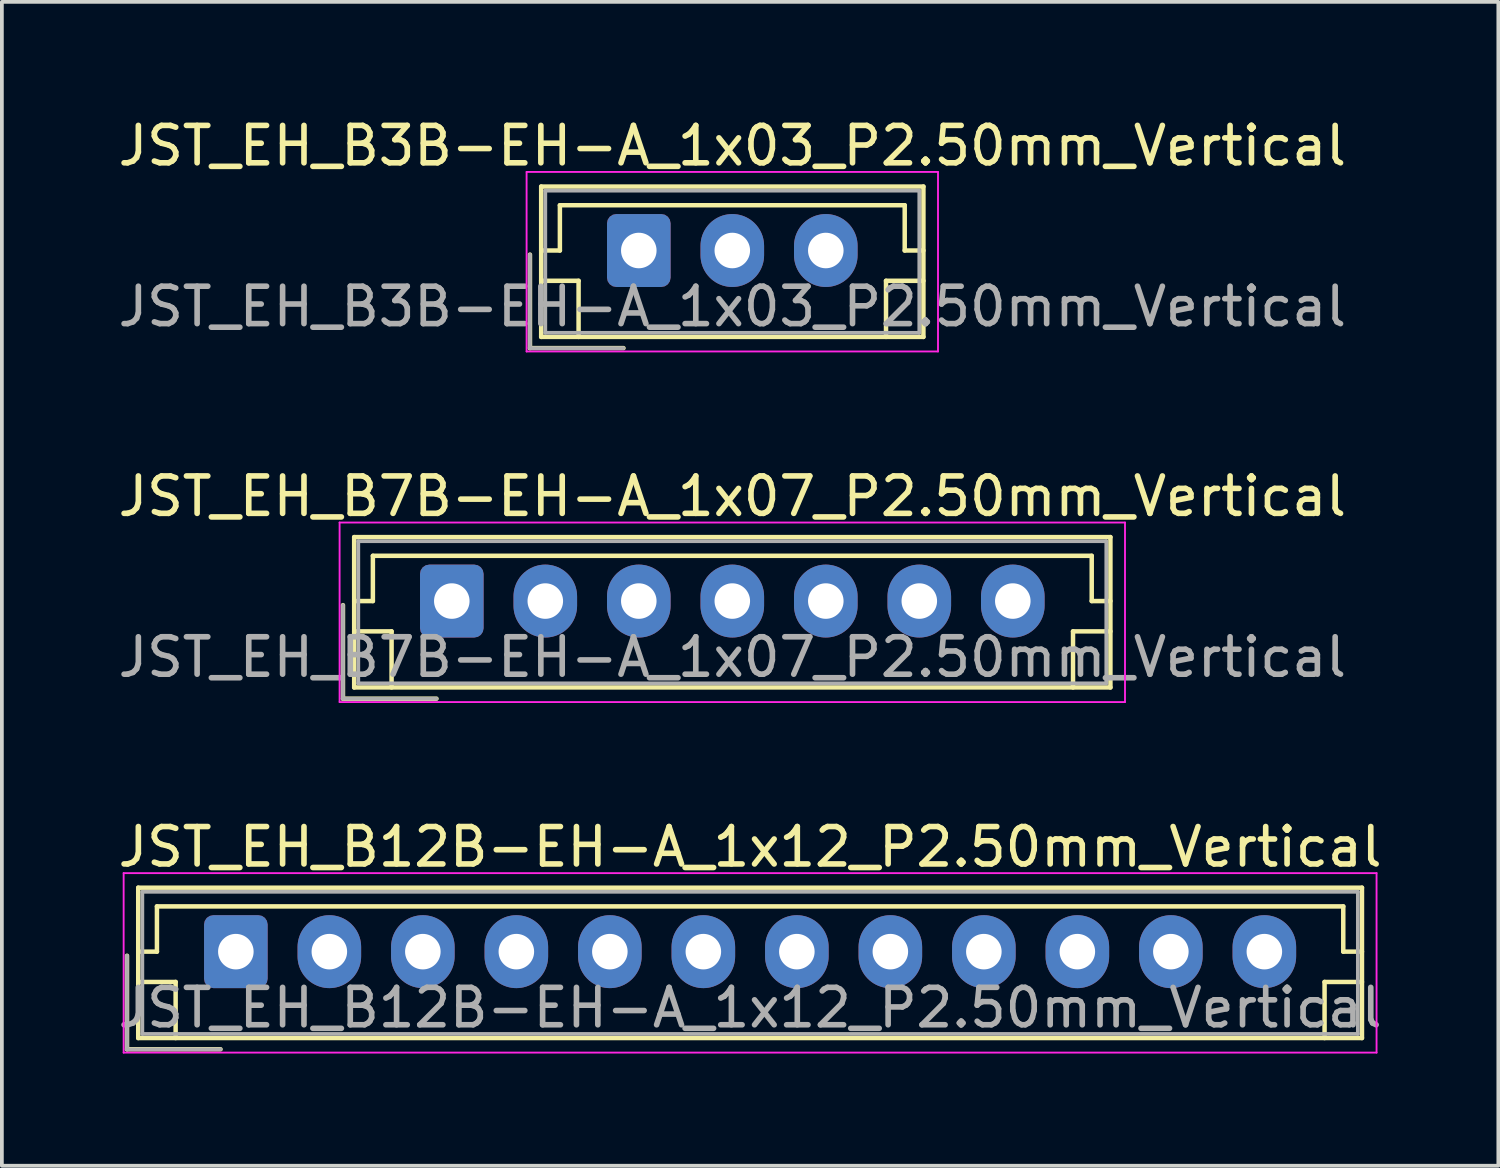
<source format=kicad_pcb>
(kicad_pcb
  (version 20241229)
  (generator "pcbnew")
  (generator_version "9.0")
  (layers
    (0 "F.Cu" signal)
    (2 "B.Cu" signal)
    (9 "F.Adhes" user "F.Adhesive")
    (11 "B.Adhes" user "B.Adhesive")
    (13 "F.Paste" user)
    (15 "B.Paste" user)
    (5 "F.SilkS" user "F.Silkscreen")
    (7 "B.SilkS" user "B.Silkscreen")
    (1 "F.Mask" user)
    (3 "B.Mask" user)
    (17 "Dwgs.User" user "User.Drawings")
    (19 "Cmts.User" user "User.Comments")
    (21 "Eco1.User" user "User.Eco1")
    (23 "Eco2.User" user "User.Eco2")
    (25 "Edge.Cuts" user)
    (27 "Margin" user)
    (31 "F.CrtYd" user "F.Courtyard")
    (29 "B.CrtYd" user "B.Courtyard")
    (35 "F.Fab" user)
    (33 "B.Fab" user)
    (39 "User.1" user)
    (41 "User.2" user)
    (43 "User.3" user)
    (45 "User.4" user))
  (footprint "JST_EH_B12B-EH-A_1x12_P2.50mm_Vertical"
    (layer "F.Cu")
    (at 3.256 22.395)
    (property "Reference" "JST_EH_B12B-EH-A_1x12_P2.50mm_Vertical" (at 13.75 -2.8 0) (layer "F.SilkS") (effects (font (size 1 1) (thickness 0.15))))
    (attr through_hole)
    (fp_line (start -2.91 0.11) (end -2.91 2.61) (stroke (width 0.12) (type solid)) (layer "F.SilkS"))
    (fp_line (start -2.91 2.61) (end -0.41 2.61) (stroke (width 0.12) (type solid)) (layer "F.SilkS"))
    (fp_line (start -2.61 -1.71) (end -2.61 2.31) (stroke (width 0.12) (type solid)) (layer "F.SilkS"))
    (fp_line (start -2.61 0) (end -2.11 0) (stroke (width 0.12) (type solid)) (layer "F.SilkS"))
    (fp_line (start -2.61 0.81) (end -1.61 0.81) (stroke (width 0.12) (type solid)) (layer "F.SilkS"))
    (fp_line (start -2.61 2.31) (end 30.11 2.31) (stroke (width 0.12) (type solid)) (layer "F.SilkS"))
    (fp_line (start -2.11 -1.21) (end 29.61 -1.21) (stroke (width 0.12) (type solid)) (layer "F.SilkS"))
    (fp_line (start -2.11 0) (end -2.11 -1.21) (stroke (width 0.12) (type solid)) (layer "F.SilkS"))
    (fp_line (start -1.61 0.81) (end -1.61 2.31) (stroke (width 0.12) (type solid)) (layer "F.SilkS"))
    (fp_line (start 29.11 0.81) (end 29.11 2.31) (stroke (width 0.12) (type solid)) (layer "F.SilkS"))
    (fp_line (start 29.61 -1.21) (end 29.61 0) (stroke (width 0.12) (type solid)) (layer "F.SilkS"))
    (fp_line (start 29.61 0) (end 30.11 0) (stroke (width 0.12) (type solid)) (layer "F.SilkS"))
    (fp_line (start 30.11 -1.71) (end -2.61 -1.71) (stroke (width 0.12) (type solid)) (layer "F.SilkS"))
    (fp_line (start 30.11 0.81) (end 29.11 0.81) (stroke (width 0.12) (type solid)) (layer "F.SilkS"))
    (fp_line (start 30.11 2.31) (end 30.11 -1.71) (stroke (width 0.12) (type solid)) (layer "F.SilkS"))
    (fp_line (start -3 -2.1) (end -3 2.7) (stroke (width 0.05) (type solid)) (layer "F.CrtYd"))
    (fp_line (start -3 2.7) (end 30.5 2.7) (stroke (width 0.05) (type solid)) (layer "F.CrtYd"))
    (fp_line (start 30.5 -2.1) (end -3 -2.1) (stroke (width 0.05) (type solid)) (layer "F.CrtYd"))
    (fp_line (start 30.5 2.7) (end 30.5 -2.1) (stroke (width 0.05) (type solid)) (layer "F.CrtYd"))
    (fp_line (start -2.91 0.11) (end -2.91 2.61) (stroke (width 0.1) (type solid)) (layer "F.Fab"))
    (fp_line (start -2.91 2.61) (end -0.41 2.61) (stroke (width 0.1) (type solid)) (layer "F.Fab"))
    (fp_line (start -2.5 -1.6) (end -2.5 2.2) (stroke (width 0.1) (type solid)) (layer "F.Fab"))
    (fp_line (start -2.5 2.2) (end 30 2.2) (stroke (width 0.1) (type solid)) (layer "F.Fab"))
    (fp_line (start 30 -1.6) (end -2.5 -1.6) (stroke (width 0.1) (type solid)) (layer "F.Fab"))
    (fp_line (start 30 2.2) (end 30 -1.6) (stroke (width 0.1) (type solid)) (layer "F.Fab"))
    (fp_text user "${REFERENCE}" (at 13.75 1.5 0) (layer "F.Fab") (effects (font (size 1 1) (thickness 0.15))))
    (pad "1" thru_hole roundrect (at 0 0) (size 1.7 1.95) (drill 0.95) (layers "*.Cu" "*.Mask") (roundrect_rratio 0.147))
    (pad "2" thru_hole oval (at 2.5 0) (size 1.7 1.95) (drill 0.95) (layers "*.Cu" "*.Mask"))
    (pad "3" thru_hole oval (at 5 0) (size 1.7 1.95) (drill 0.95) (layers "*.Cu" "*.Mask"))
    (pad "4" thru_hole oval (at 7.5 0) (size 1.7 1.95) (drill 0.95) (layers "*.Cu" "*.Mask"))
    (pad "5" thru_hole oval (at 10 0) (size 1.7 1.95) (drill 0.95) (layers "*.Cu" "*.Mask"))
    (pad "6" thru_hole oval (at 12.5 0) (size 1.7 1.95) (drill 0.95) (layers "*.Cu" "*.Mask"))
    (pad "7" thru_hole oval (at 15 0) (size 1.7 1.95) (drill 0.95) (layers "*.Cu" "*.Mask"))
    (pad "8" thru_hole oval (at 17.5 0) (size 1.7 1.95) (drill 0.95) (layers "*.Cu" "*.Mask"))
    (pad "9" thru_hole oval (at 20 0) (size 1.7 1.95) (drill 0.95) (layers "*.Cu" "*.Mask"))
    (pad "10" thru_hole oval (at 22.5 0) (size 1.7 1.95) (drill 0.95) (layers "*.Cu" "*.Mask"))
    (pad "11" thru_hole oval (at 25 0) (size 1.7 1.95) (drill 0.95) (layers "*.Cu" "*.Mask"))
    (pad "12" thru_hole oval (at 27.5 0) (size 1.7 1.95) (drill 0.95) (layers "*.Cu" "*.Mask")))
  (footprint "JST_EH_B3B-EH-A_1x03_P2.50mm_Vertical"
    (layer "F.Cu")
    (at 14.03 3.648)
    (property "Reference" "JST_EH_B3B-EH-A_1x03_P2.50mm_Vertical" (at 2.5 -2.8 0) (layer "F.SilkS") (effects (font (size 1 1) (thickness 0.15))))
    (attr through_hole)
    (fp_line (start -2.91 0.11) (end -2.91 2.61) (stroke (width 0.12) (type solid)) (layer "F.SilkS"))
    (fp_line (start -2.91 2.61) (end -0.41 2.61) (stroke (width 0.12) (type solid)) (layer "F.SilkS"))
    (fp_line (start -2.61 -1.71) (end -2.61 2.31) (stroke (width 0.12) (type solid)) (layer "F.SilkS"))
    (fp_line (start -2.61 0) (end -2.11 0) (stroke (width 0.12) (type solid)) (layer "F.SilkS"))
    (fp_line (start -2.61 0.81) (end -1.61 0.81) (stroke (width 0.12) (type solid)) (layer "F.SilkS"))
    (fp_line (start -2.61 2.31) (end 7.61 2.31) (stroke (width 0.12) (type solid)) (layer "F.SilkS"))
    (fp_line (start -2.11 -1.21) (end 7.11 -1.21) (stroke (width 0.12) (type solid)) (layer "F.SilkS"))
    (fp_line (start -2.11 0) (end -2.11 -1.21) (stroke (width 0.12) (type solid)) (layer "F.SilkS"))
    (fp_line (start -1.61 0.81) (end -1.61 2.31) (stroke (width 0.12) (type solid)) (layer "F.SilkS"))
    (fp_line (start 6.61 0.81) (end 6.61 2.31) (stroke (width 0.12) (type solid)) (layer "F.SilkS"))
    (fp_line (start 7.11 -1.21) (end 7.11 0) (stroke (width 0.12) (type solid)) (layer "F.SilkS"))
    (fp_line (start 7.11 0) (end 7.61 0) (stroke (width 0.12) (type solid)) (layer "F.SilkS"))
    (fp_line (start 7.61 -1.71) (end -2.61 -1.71) (stroke (width 0.12) (type solid)) (layer "F.SilkS"))
    (fp_line (start 7.61 0.81) (end 6.61 0.81) (stroke (width 0.12) (type solid)) (layer "F.SilkS"))
    (fp_line (start 7.61 2.31) (end 7.61 -1.71) (stroke (width 0.12) (type solid)) (layer "F.SilkS"))
    (fp_line (start -3 -2.1) (end -3 2.7) (stroke (width 0.05) (type solid)) (layer "F.CrtYd"))
    (fp_line (start -3 2.7) (end 8 2.7) (stroke (width 0.05) (type solid)) (layer "F.CrtYd"))
    (fp_line (start 8 -2.1) (end -3 -2.1) (stroke (width 0.05) (type solid)) (layer "F.CrtYd"))
    (fp_line (start 8 2.7) (end 8 -2.1) (stroke (width 0.05) (type solid)) (layer "F.CrtYd"))
    (fp_line (start -2.91 0.11) (end -2.91 2.61) (stroke (width 0.1) (type solid)) (layer "F.Fab"))
    (fp_line (start -2.91 2.61) (end -0.41 2.61) (stroke (width 0.1) (type solid)) (layer "F.Fab"))
    (fp_line (start -2.5 -1.6) (end -2.5 2.2) (stroke (width 0.1) (type solid)) (layer "F.Fab"))
    (fp_line (start -2.5 2.2) (end 7.5 2.2) (stroke (width 0.1) (type solid)) (layer "F.Fab"))
    (fp_line (start 7.5 -1.6) (end -2.5 -1.6) (stroke (width 0.1) (type solid)) (layer "F.Fab"))
    (fp_line (start 7.5 2.2) (end 7.5 -1.6) (stroke (width 0.1) (type solid)) (layer "F.Fab"))
    (fp_text user "${REFERENCE}" (at 2.5 1.5 0) (layer "F.Fab") (effects (font (size 1 1) (thickness 0.15))))
    (pad "1" thru_hole roundrect (at 0 0) (size 1.7 1.95) (drill 0.95) (layers "*.Cu" "*.Mask") (roundrect_rratio 0.147))
    (pad "2" thru_hole oval (at 2.5 0) (size 1.7 1.95) (drill 0.95) (layers "*.Cu" "*.Mask"))
    (pad "3" thru_hole oval (at 5 0) (size 1.7 1.95) (drill 0.95) (layers "*.Cu" "*.Mask")))
  (footprint "JST_EH_B7B-EH-A_1x07_P2.50mm_Vertical"
    (layer "F.Cu")
    (at 9.03 13.021)
    (property "Reference" "JST_EH_B7B-EH-A_1x07_P2.50mm_Vertical" (at 7.5 -2.8 0) (layer "F.SilkS") (effects (font (size 1 1) (thickness 0.15))))
    (attr through_hole)
    (fp_line (start -2.91 0.11) (end -2.91 2.61) (stroke (width 0.12) (type solid)) (layer "F.SilkS"))
    (fp_line (start -2.91 2.61) (end -0.41 2.61) (stroke (width 0.12) (type solid)) (layer "F.SilkS"))
    (fp_line (start -2.61 -1.71) (end -2.61 2.31) (stroke (width 0.12) (type solid)) (layer "F.SilkS"))
    (fp_line (start -2.61 0) (end -2.11 0) (stroke (width 0.12) (type solid)) (layer "F.SilkS"))
    (fp_line (start -2.61 0.81) (end -1.61 0.81) (stroke (width 0.12) (type solid)) (layer "F.SilkS"))
    (fp_line (start -2.61 2.31) (end 17.61 2.31) (stroke (width 0.12) (type solid)) (layer "F.SilkS"))
    (fp_line (start -2.11 -1.21) (end 17.11 -1.21) (stroke (width 0.12) (type solid)) (layer "F.SilkS"))
    (fp_line (start -2.11 0) (end -2.11 -1.21) (stroke (width 0.12) (type solid)) (layer "F.SilkS"))
    (fp_line (start -1.61 0.81) (end -1.61 2.31) (stroke (width 0.12) (type solid)) (layer "F.SilkS"))
    (fp_line (start 16.61 0.81) (end 16.61 2.31) (stroke (width 0.12) (type solid)) (layer "F.SilkS"))
    (fp_line (start 17.11 -1.21) (end 17.11 0) (stroke (width 0.12) (type solid)) (layer "F.SilkS"))
    (fp_line (start 17.11 0) (end 17.61 0) (stroke (width 0.12) (type solid)) (layer "F.SilkS"))
    (fp_line (start 17.61 -1.71) (end -2.61 -1.71) (stroke (width 0.12) (type solid)) (layer "F.SilkS"))
    (fp_line (start 17.61 0.81) (end 16.61 0.81) (stroke (width 0.12) (type solid)) (layer "F.SilkS"))
    (fp_line (start 17.61 2.31) (end 17.61 -1.71) (stroke (width 0.12) (type solid)) (layer "F.SilkS"))
    (fp_line (start -3 -2.1) (end -3 2.7) (stroke (width 0.05) (type solid)) (layer "F.CrtYd"))
    (fp_line (start -3 2.7) (end 18 2.7) (stroke (width 0.05) (type solid)) (layer "F.CrtYd"))
    (fp_line (start 18 -2.1) (end -3 -2.1) (stroke (width 0.05) (type solid)) (layer "F.CrtYd"))
    (fp_line (start 18 2.7) (end 18 -2.1) (stroke (width 0.05) (type solid)) (layer "F.CrtYd"))
    (fp_line (start -2.91 0.11) (end -2.91 2.61) (stroke (width 0.1) (type solid)) (layer "F.Fab"))
    (fp_line (start -2.91 2.61) (end -0.41 2.61) (stroke (width 0.1) (type solid)) (layer "F.Fab"))
    (fp_line (start -2.5 -1.6) (end -2.5 2.2) (stroke (width 0.1) (type solid)) (layer "F.Fab"))
    (fp_line (start -2.5 2.2) (end 17.5 2.2) (stroke (width 0.1) (type solid)) (layer "F.Fab"))
    (fp_line (start 17.5 -1.6) (end -2.5 -1.6) (stroke (width 0.1) (type solid)) (layer "F.Fab"))
    (fp_line (start 17.5 2.2) (end 17.5 -1.6) (stroke (width 0.1) (type solid)) (layer "F.Fab"))
    (fp_text user "${REFERENCE}" (at 7.5 1.5 0) (layer "F.Fab") (effects (font (size 1 1) (thickness 0.15))))
    (pad "1" thru_hole roundrect (at 0 0) (size 1.7 1.95) (drill 0.95) (layers "*.Cu" "*.Mask") (roundrect_rratio 0.147))
    (pad "2" thru_hole oval (at 2.5 0) (size 1.7 1.95) (drill 0.95) (layers "*.Cu" "*.Mask"))
    (pad "3" thru_hole oval (at 5 0) (size 1.7 1.95) (drill 0.95) (layers "*.Cu" "*.Mask"))
    (pad "4" thru_hole oval (at 7.5 0) (size 1.7 1.95) (drill 0.95) (layers "*.Cu" "*.Mask"))
    (pad "5" thru_hole oval (at 10 0) (size 1.7 1.95) (drill 0.95) (layers "*.Cu" "*.Mask"))
    (pad "6" thru_hole oval (at 12.5 0) (size 1.7 1.95) (drill 0.95) (layers "*.Cu" "*.Mask"))
    (pad "7" thru_hole oval (at 15 0) (size 1.7 1.95) (drill 0.95) (layers "*.Cu" "*.Mask")))
  (gr_rect
    (start -3 -3)
    (end 37.012 28.12)
    (stroke (width 0.1) (type default))
    (fill no)
    (layer "Edge.Cuts")))
</source>
